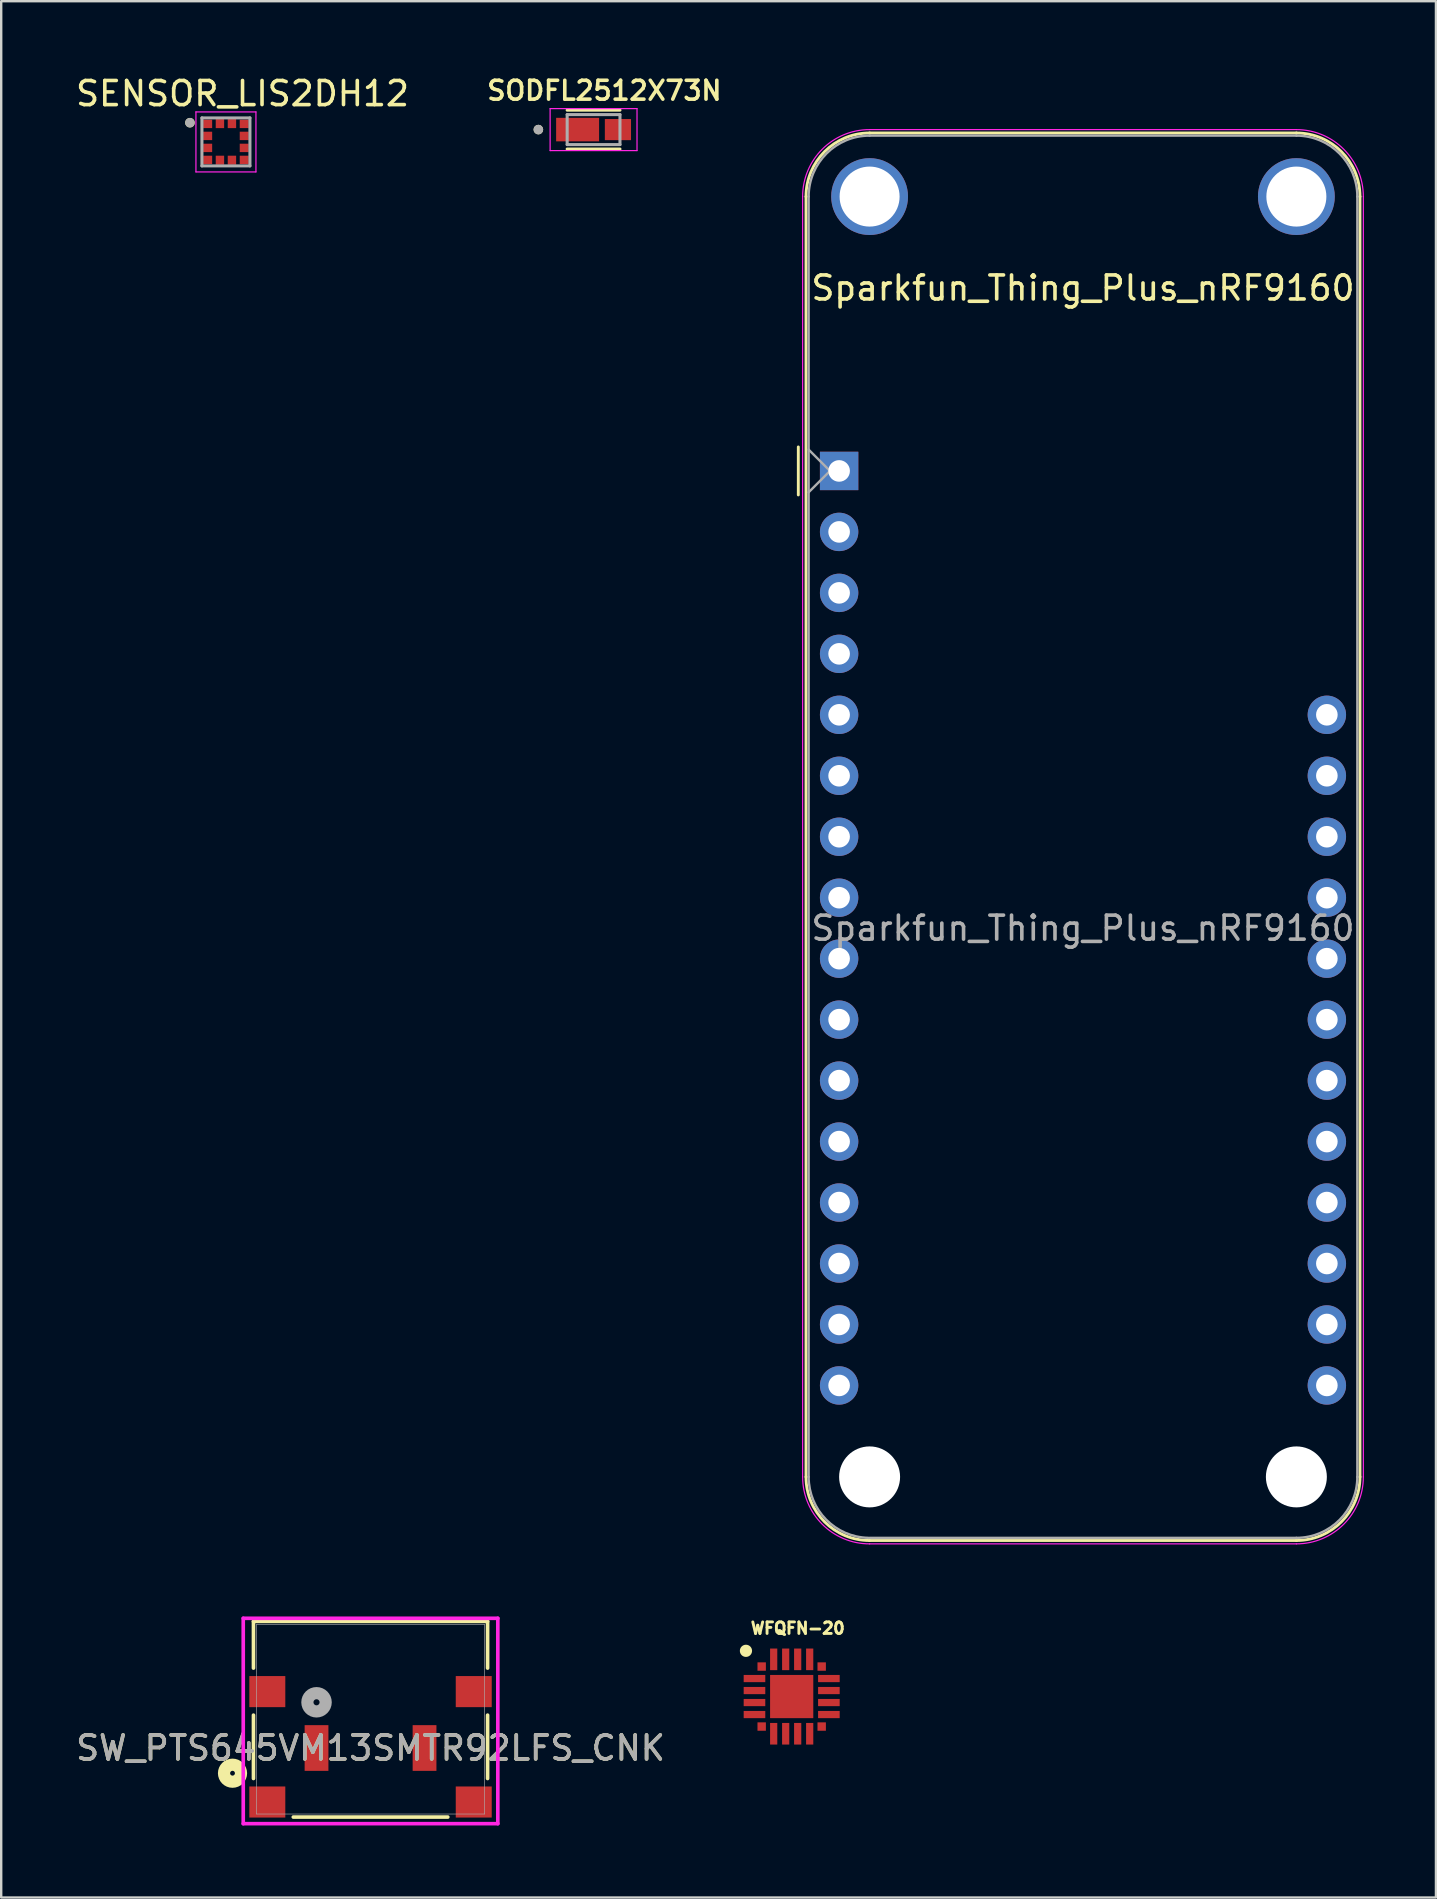
<source format=kicad_pcb>
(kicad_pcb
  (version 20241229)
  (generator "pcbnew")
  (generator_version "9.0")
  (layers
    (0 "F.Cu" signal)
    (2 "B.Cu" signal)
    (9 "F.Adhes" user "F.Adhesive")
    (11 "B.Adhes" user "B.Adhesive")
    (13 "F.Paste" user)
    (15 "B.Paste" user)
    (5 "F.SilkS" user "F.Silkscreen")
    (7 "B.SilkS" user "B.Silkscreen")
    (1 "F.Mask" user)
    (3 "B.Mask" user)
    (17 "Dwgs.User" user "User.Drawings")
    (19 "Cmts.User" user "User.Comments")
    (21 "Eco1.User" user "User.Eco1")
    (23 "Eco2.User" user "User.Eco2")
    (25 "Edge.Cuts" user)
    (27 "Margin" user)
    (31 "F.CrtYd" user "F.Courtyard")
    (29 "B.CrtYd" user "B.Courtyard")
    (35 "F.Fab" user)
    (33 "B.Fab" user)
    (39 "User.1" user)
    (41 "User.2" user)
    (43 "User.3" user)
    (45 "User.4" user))
  (footprint "SW_PTS645VM13SMTR92LFS_CNK"
    (layer "F.Cu")
    (at 12.387 68.575)
    (property "Reference" "SW_PTS645VM13SMTR92LFS_CNK" (at 0 1.2 0) (unlocked yes) (layer "F.SilkS") (effects (font (size 1 1) (thickness 0.15))))
    (attr smd)
    (fp_line (start -4.877 -4.077) (end -4.877 -2.13) (stroke (width 0.152) (type solid)) (layer "F.SilkS"))
    (fp_line (start -4.877 -0.169) (end -4.877 2.47) (stroke (width 0.152) (type solid)) (layer "F.SilkS"))
    (fp_line (start -3.218 4.077) (end 3.218 4.077) (stroke (width 0.152) (type solid)) (layer "F.SilkS"))
    (fp_line (start 4.877 -4.077) (end -4.877 -4.077) (stroke (width 0.152) (type solid)) (layer "F.SilkS"))
    (fp_line (start 4.877 -2.13) (end 4.877 -4.077) (stroke (width 0.152) (type solid)) (layer "F.SilkS"))
    (fp_line (start 4.877 2.47) (end 4.877 -0.169) (stroke (width 0.152) (type solid)) (layer "F.SilkS"))
    (fp_circle (center -5.75 2.25) (end -5.65 2.25) (stroke (width 0.508) (type solid)) (fill no) (layer "F.SilkS"))
    (fp_line (start -5.303 -4.204) (end -5.303 4.352) (stroke (width 0.152) (type solid)) (layer "F.CrtYd"))
    (fp_line (start -5.303 4.352) (end 5.303 4.352) (stroke (width 0.152) (type solid)) (layer "F.CrtYd"))
    (fp_line (start 5.303 -4.204) (end -5.303 -4.204) (stroke (width 0.152) (type solid)) (layer "F.CrtYd"))
    (fp_line (start 5.303 4.352) (end 5.303 -4.204) (stroke (width 0.152) (type solid)) (layer "F.CrtYd"))
    (fp_line (start -4.75 -3.95) (end -4.75 3.95) (stroke (width 0.025) (type solid)) (layer "F.Fab"))
    (fp_line (start -4.75 3.95) (end 4.75 3.95) (stroke (width 0.025) (type solid)) (layer "F.Fab"))
    (fp_line (start 4.75 -3.95) (end -4.75 -3.95) (stroke (width 0.025) (type solid)) (layer "F.Fab"))
    (fp_line (start 4.75 3.95) (end 4.75 -3.95) (stroke (width 0.025) (type solid)) (layer "F.Fab"))
    (fp_circle (center -2.25 -0.705) (end -1.869 -0.705) (stroke (width 0.508) (type solid)) (fill no) (layer "F.Fab"))
    (fp_text user "${REFERENCE}" (at 0 1.2 0) (unlocked yes) (layer "F.Fab") (effects (font (size 1 1) (thickness 0.15))))
    (pad "1" smd rect (at -2.25 1.2) (size 0.991 1.905) (layers "F.Cu" "F.Mask" "F.Paste"))
    (pad "2" smd rect (at 2.25 1.2) (size 0.991 1.905) (layers "F.Cu" "F.Mask" "F.Paste"))
    (pad "3" smd rect (at -4.3 -1.15) (size 1.499 1.295) (layers "F.Cu" "F.Mask" "F.Paste"))
    (pad "4" smd rect (at 4.3 -1.15) (size 1.499 1.295) (layers "F.Cu" "F.Mask" "F.Paste"))
    (pad "5" smd rect (at -4.3 3.45) (size 1.499 1.295) (layers "F.Cu" "F.Mask" "F.Paste"))
    (pad "6" smd rect (at 4.3 3.45) (size 1.499 1.295) (layers "F.Cu" "F.Mask" "F.Paste")))
  (footprint "SENSOR_LIS2DH12"
    (layer "F.Cu")
    (at 6.363 2.862)
    (property "Reference" "SENSOR_LIS2DH12" (at 0.691 -2.012 0) (layer "F.SilkS") (effects (font (size 1.004 1.004) (thickness 0.15))))
    (attr smd)
    (fp_circle (center -1.5 -0.8) (end -1.4 -0.8) (stroke (width 0.2) (type solid)) (fill no) (layer "F.SilkS"))
    (fp_line (start -1.25 -1.25) (end 1.25 -1.25) (stroke (width 0.05) (type solid)) (layer "F.CrtYd"))
    (fp_line (start -1.25 1.25) (end -1.25 -1.25) (stroke (width 0.05) (type solid)) (layer "F.CrtYd"))
    (fp_line (start 1.25 -1.25) (end 1.25 1.25) (stroke (width 0.05) (type solid)) (layer "F.CrtYd"))
    (fp_line (start 1.25 1.25) (end -1.25 1.25) (stroke (width 0.05) (type solid)) (layer "F.CrtYd"))
    (fp_line (start -1 -1) (end 1 -1) (stroke (width 0.127) (type solid)) (layer "F.Fab"))
    (fp_line (start -1 1) (end -1 -1) (stroke (width 0.127) (type solid)) (layer "F.Fab"))
    (fp_line (start 1 -1) (end 1 1) (stroke (width 0.127) (type solid)) (layer "F.Fab"))
    (fp_line (start 1 1) (end -1 1) (stroke (width 0.127) (type solid)) (layer "F.Fab"))
    (fp_circle (center -1.5 -0.8) (end -1.4 -0.8) (stroke (width 0.2) (type solid)) (fill no) (layer "F.Fab"))
    (pad "1" smd rect (at -0.762 -0.75) (size 0.375 0.35) (layers "F.Cu" "F.Mask" "F.Paste"))
    (pad "2" smd rect (at -0.762 -0.25) (size 0.375 0.35) (layers "F.Cu" "F.Mask" "F.Paste"))
    (pad "3" smd rect (at -0.762 0.25) (size 0.375 0.35) (layers "F.Cu" "F.Mask" "F.Paste"))
    (pad "4" smd rect (at -0.762 0.75) (size 0.375 0.35) (layers "F.Cu" "F.Mask" "F.Paste"))
    (pad "5" smd rect (at -0.25 0.762 90) (size 0.375 0.35) (layers "F.Cu" "F.Mask" "F.Paste"))
    (pad "6" smd rect (at 0.25 0.762 90) (size 0.375 0.35) (layers "F.Cu" "F.Mask" "F.Paste"))
    (pad "7" smd rect (at 0.762 0.75) (size 0.375 0.35) (layers "F.Cu" "F.Mask" "F.Paste"))
    (pad "8" smd rect (at 0.762 0.25) (size 0.375 0.35) (layers "F.Cu" "F.Mask" "F.Paste"))
    (pad "9" smd rect (at 0.762 -0.25) (size 0.375 0.35) (layers "F.Cu" "F.Mask" "F.Paste"))
    (pad "10" smd rect (at 0.762 -0.75) (size 0.375 0.35) (layers "F.Cu" "F.Mask" "F.Paste"))
    (pad "11" smd rect (at 0.25 -0.762 90) (size 0.375 0.35) (layers "F.Cu" "F.Mask" "F.Paste"))
    (pad "12" smd rect (at -0.25 -0.762 90) (size 0.375 0.35) (layers "F.Cu" "F.Mask" "F.Paste")))
  (footprint "SODFL2512X73N"
    (layer "F.Cu")
    (at 21.679 2.349)
    (property "Reference" "SODFL2512X73N" (at 0.45 -1.625 0) (layer "F.SilkS") (effects (font (size 0.787 0.787) (thickness 0.15))))
    (attr smd)
    (fp_line (start -1.1 -0.81) (end 1.1 -0.81) (stroke (width 0.127) (type solid)) (layer "F.SilkS"))
    (fp_line (start -1.1 0.81) (end 1.1 0.81) (stroke (width 0.127) (type solid)) (layer "F.SilkS"))
    (fp_circle (center -2.3 0) (end -2.2 0) (stroke (width 0.2) (type solid)) (fill no) (layer "F.SilkS"))
    (fp_line (start -1.81 -0.875) (end -1.81 0.875) (stroke (width 0.05) (type solid)) (layer "F.CrtYd"))
    (fp_line (start -1.81 0.875) (end 1.81 0.875) (stroke (width 0.05) (type solid)) (layer "F.CrtYd"))
    (fp_line (start 1.81 -0.875) (end -1.81 -0.875) (stroke (width 0.05) (type solid)) (layer "F.CrtYd"))
    (fp_line (start 1.81 0.875) (end 1.81 -0.875) (stroke (width 0.05) (type solid)) (layer "F.CrtYd"))
    (fp_line (start -1.1 -0.625) (end 1.1 -0.625) (stroke (width 0.127) (type solid)) (layer "F.Fab"))
    (fp_line (start -1.1 0.625) (end -1.1 -0.625) (stroke (width 0.127) (type solid)) (layer "F.Fab"))
    (fp_line (start 1.1 -0.625) (end 1.1 0.625) (stroke (width 0.127) (type solid)) (layer "F.Fab"))
    (fp_line (start 1.1 0.625) (end -1.1 0.625) (stroke (width 0.127) (type solid)) (layer "F.Fab"))
    (fp_circle (center -2.3 0) (end -2.2 0) (stroke (width 0.2) (type solid)) (fill no) (layer "F.Fab"))
    (pad "1" smd rect (at -0.665 0) (size 1.79 0.98) (layers "F.Cu" "F.Mask" "F.Paste"))
    (pad "2" smd rect (at 1.015 0) (size 1.09 0.88) (layers "F.Cu" "F.Mask" "F.Paste")))
  (footprint "Sparkfun_Thing_Plus_nRF9160"
    (layer "F.Cu")
    (at 31.909 16.57)
    (property "Reference" "Sparkfun_Thing_Plus_nRF9160" (at 10.16 -7.62 0) (layer "F.SilkS") (effects (font (size 1 1) (thickness 0.15))))
    (attr through_hole)
    (fp_line (start -1.7 1) (end -1.7 -1) (stroke (width 0.12) (type solid)) (layer "F.SilkS"))
    (fp_line (start -1.38 -11.43) (end -1.38 41.91) (stroke (width 0.12) (type solid)) (layer "F.SilkS"))
    (fp_line (start 19.05 -14.08) (end 1.27 -14.08) (stroke (width 0.12) (type solid)) (layer "F.SilkS"))
    (fp_line (start 19.05 44.56) (end 1.27 44.56) (stroke (width 0.12) (type solid)) (layer "F.SilkS"))
    (fp_line (start 21.7 -11.43) (end 21.7 41.91) (stroke (width 0.12) (type solid)) (layer "F.SilkS"))
    (fp_arc (start -1.38 -11.43) (mid -0.603833 -13.303833) (end 1.27 -14.08) (stroke (width 0.12) (type solid)) (layer "F.SilkS"))
    (fp_arc (start 1.27 44.56) (mid -0.603833 43.783833) (end -1.38 41.91) (stroke (width 0.12) (type solid)) (layer "F.SilkS"))
    (fp_arc (start 19.05 -14.08) (mid 20.923833 -13.303833) (end 21.7 -11.43) (stroke (width 0.12) (type solid)) (layer "F.SilkS"))
    (fp_arc (start 21.7 41.91) (mid 20.923833 43.783833) (end 19.05 44.56) (stroke (width 0.12) (type solid)) (layer "F.SilkS"))
    (fp_rect (start 5.08 -16.51) (end 15.24 -7.62) (stroke (width 0.12) (type solid)) (fill no) (layer "Eco1.User"))
    (fp_line (start -1.52 41.91) (end -1.52 -11.43) (stroke (width 0.05) (type solid)) (layer "F.CrtYd"))
    (fp_line (start 19.05 -14.22) (end 1.27 -14.22) (stroke (width 0.05) (type solid)) (layer "F.CrtYd"))
    (fp_line (start 19.05 44.7) (end 1.27 44.7) (stroke (width 0.05) (type solid)) (layer "F.CrtYd"))
    (fp_line (start 21.84 41.91) (end 21.84 -11.43) (stroke (width 0.05) (type solid)) (layer "F.CrtYd"))
    (fp_arc (start -1.52 -11.43) (mid -0.702828 -13.402828) (end 1.27 -14.22) (stroke (width 0.05) (type solid)) (layer "F.CrtYd"))
    (fp_arc (start 1.27 44.7) (mid -0.702828 43.882828) (end -1.52 41.91) (stroke (width 0.05) (type solid)) (layer "F.CrtYd"))
    (fp_arc (start 19.05 -14.22) (mid 21.022828 -13.402828) (end 21.84 -11.43) (stroke (width 0.05) (type solid)) (layer "F.CrtYd"))
    (fp_arc (start 21.84 41.91) (mid 21.022828 43.882828) (end 19.05 44.7) (stroke (width 0.05) (type solid)) (layer "F.CrtYd"))
    (fp_line (start -1.27 -11.43) (end -1.27 41.91) (stroke (width 0.1) (type solid)) (layer "F.Fab"))
    (fp_line (start -1.27 -0.889) (end -0.381 0) (stroke (width 0.1) (type solid)) (layer "F.Fab"))
    (fp_line (start -0.381 0) (end -1.27 0.889) (stroke (width 0.1) (type solid)) (layer "F.Fab"))
    (fp_line (start 1.27 44.45) (end 19.05 44.45) (stroke (width 0.1) (type solid)) (layer "F.Fab"))
    (fp_line (start 19.05 -13.97) (end 1.27 -13.97) (stroke (width 0.1) (type solid)) (layer "F.Fab"))
    (fp_line (start 21.59 41.91) (end 21.59 -11.43) (stroke (width 0.1) (type solid)) (layer "F.Fab"))
    (fp_arc (start -1.27 -11.43) (mid -0.526051 -13.226051) (end 1.27 -13.97) (stroke (width 0.1) (type solid)) (layer "F.Fab"))
    (fp_arc (start 1.221238 44.449532) (mid -0.543209 43.688728) (end -1.27 41.91) (stroke (width 0.1) (type solid)) (layer "F.Fab"))
    (fp_arc (start 19.05 -13.97) (mid 20.846051 -13.226051) (end 21.59 -11.43) (stroke (width 0.1) (type solid)) (layer "F.Fab"))
    (fp_arc (start 21.59 41.91) (mid 20.846051 43.706051) (end 19.05 44.45) (stroke (width 0.1) (type solid)) (layer "F.Fab"))
    (fp_text user "${REFERENCE}" (at 10.16 19.05 180) (layer "F.Fab") (effects (font (size 1 1) (thickness 0.15))))
    (pad "" np_thru_hole circle (at 1.27 -11.43 270) (size 3.2 3.2) (drill 2.5) (layers "*.Cu" "*.Mask"))
    (pad "" np_thru_hole circle (at 1.27 41.91 270) (size 2.54 2.54) (drill 2.54) (layers "*.Cu" "*.Mask"))
    (pad "" np_thru_hole circle (at 19.05 -11.43 270) (size 3.2 3.2) (drill 2.5) (layers "*.Cu" "*.Mask"))
    (pad "" np_thru_hole circle (at 19.05 41.91 270) (size 2.54 2.54) (drill 2.54) (layers "*.Cu" "*.Mask"))
    (pad "1" thru_hole rect (at 0 0 180) (size 1.6 1.6) (drill 0.9) (layers "*.Cu" "*.Mask"))
    (pad "2" thru_hole circle (at 0 2.54 180) (size 1.6 1.6) (drill 0.9) (layers "*.Cu" "*.Mask"))
    (pad "3" thru_hole circle (at 0 5.08 180) (size 1.6 1.6) (drill 0.9) (layers "*.Cu" "*.Mask"))
    (pad "4" thru_hole circle (at 0 7.62 180) (size 1.6 1.6) (drill 0.9) (layers "*.Cu" "*.Mask"))
    (pad "5" thru_hole circle (at 0 10.16 180) (size 1.6 1.6) (drill 0.9) (layers "*.Cu" "*.Mask"))
    (pad "6" thru_hole circle (at 0 12.7 180) (size 1.6 1.6) (drill 0.9) (layers "*.Cu" "*.Mask"))
    (pad "7" thru_hole circle (at 0 15.24 180) (size 1.6 1.6) (drill 0.9) (layers "*.Cu" "*.Mask"))
    (pad "8" thru_hole circle (at 0 17.78 180) (size 1.6 1.6) (drill 0.9) (layers "*.Cu" "*.Mask"))
    (pad "9" thru_hole circle (at 0 20.32 180) (size 1.6 1.6) (drill 0.9) (layers "*.Cu" "*.Mask"))
    (pad "10" thru_hole circle (at 0 22.86 180) (size 1.6 1.6) (drill 0.9) (layers "*.Cu" "*.Mask"))
    (pad "11" thru_hole circle (at 0 25.4 180) (size 1.6 1.6) (drill 0.9) (layers "*.Cu" "*.Mask"))
    (pad "12" thru_hole circle (at 0 27.94 180) (size 1.6 1.6) (drill 0.9) (layers "*.Cu" "*.Mask"))
    (pad "13" thru_hole circle (at 0 30.48 180) (size 1.6 1.6) (drill 0.9) (layers "*.Cu" "*.Mask"))
    (pad "14" thru_hole circle (at 0 33.02 180) (size 1.6 1.6) (drill 0.9) (layers "*.Cu" "*.Mask"))
    (pad "15" thru_hole circle (at 0 35.56 180) (size 1.6 1.6) (drill 0.9) (layers "*.Cu" "*.Mask"))
    (pad "16" thru_hole circle (at 0 38.1 180) (size 1.6 1.6) (drill 0.9) (layers "*.Cu" "*.Mask"))
    (pad "17" thru_hole circle (at 20.32 38.1 180) (size 1.6 1.6) (drill 0.9) (layers "*.Cu" "*.Mask"))
    (pad "18" thru_hole circle (at 20.32 35.56 180) (size 1.6 1.6) (drill 0.9) (layers "*.Cu" "*.Mask"))
    (pad "19" thru_hole circle (at 20.32 33.02 180) (size 1.6 1.6) (drill 0.9) (layers "*.Cu" "*.Mask"))
    (pad "20" thru_hole circle (at 20.32 30.48 180) (size 1.6 1.6) (drill 0.9) (layers "*.Cu" "*.Mask"))
    (pad "21" thru_hole circle (at 20.32 27.94 180) (size 1.6 1.6) (drill 0.9) (layers "*.Cu" "*.Mask"))
    (pad "22" thru_hole circle (at 20.32 25.4 180) (size 1.6 1.6) (drill 0.9) (layers "*.Cu" "*.Mask"))
    (pad "23" thru_hole circle (at 20.32 22.86 180) (size 1.6 1.6) (drill 0.9) (layers "*.Cu" "*.Mask"))
    (pad "24" thru_hole circle (at 20.32 20.32 180) (size 1.6 1.6) (drill 0.9) (layers "*.Cu" "*.Mask"))
    (pad "25" thru_hole circle (at 20.32 17.78 180) (size 1.6 1.6) (drill 0.9) (layers "*.Cu" "*.Mask"))
    (pad "26" thru_hole circle (at 20.32 15.24 180) (size 1.6 1.6) (drill 0.9) (layers "*.Cu" "*.Mask"))
    (pad "27" thru_hole circle (at 20.32 12.7 180) (size 1.6 1.6) (drill 0.9) (layers "*.Cu" "*.Mask"))
    (pad "28" thru_hole circle (at 20.32 10.16 180) (size 1.6 1.6) (drill 0.9) (layers "*.Cu" "*.Mask")))
  (footprint "WFQFN-20"
    (layer "F.Cu")
    (at 29.933 67.631)
    (property "Reference" "WFQFN-20" (at 0.254 -2.845 0) (layer "F.SilkS") (effects (font (size 0.48 0.48) (thickness 0.15))))
    (attr smd)
    (fp_circle (center -1.905 -1.905) (end -1.651 -1.905) (stroke (width 0) (type solid)) (fill yes) (layer "F.SilkS"))
    (pad "1" smd rect (at -1.25 -1.25) (size 0.35 0.35) (layers "F.Cu" "F.Mask" "F.Paste"))
    (pad "2" smd rect (at -1.55 -0.75 90) (size 0.3 0.9) (layers "F.Cu" "F.Mask" "F.Paste"))
    (pad "3" smd rect (at -1.55 -0.25 90) (size 0.3 0.9) (layers "F.Cu" "F.Mask" "F.Paste"))
    (pad "4" smd rect (at -1.55 0.25 90) (size 0.3 0.9) (layers "F.Cu" "F.Mask" "F.Paste"))
    (pad "5" smd rect (at -1.55 0.75 90) (size 0.3 0.9) (layers "F.Cu" "F.Mask" "F.Paste"))
    (pad "6" smd rect (at -1.25 1.25) (size 0.35 0.35) (layers "F.Cu" "F.Mask" "F.Paste"))
    (pad "7" smd rect (at -0.75 1.55 180) (size 0.3 0.9) (layers "F.Cu" "F.Mask" "F.Paste"))
    (pad "8" smd rect (at -0.25 1.55 180) (size 0.3 0.9) (layers "F.Cu" "F.Mask" "F.Paste"))
    (pad "9" smd rect (at 0.25 1.55 180) (size 0.3 0.9) (layers "F.Cu" "F.Mask" "F.Paste"))
    (pad "10" smd rect (at 0.75 1.55 180) (size 0.3 0.9) (layers "F.Cu" "F.Mask" "F.Paste"))
    (pad "11" smd rect (at 1.25 1.25) (size 0.35 0.35) (layers "F.Cu" "F.Mask" "F.Paste"))
    (pad "12" smd rect (at 1.55 0.75 270) (size 0.3 0.9) (layers "F.Cu" "F.Mask" "F.Paste"))
    (pad "13" smd rect (at 1.55 0.25 270) (size 0.3 0.9) (layers "F.Cu" "F.Mask" "F.Paste"))
    (pad "14" smd rect (at 1.55 -0.25 270) (size 0.3 0.9) (layers "F.Cu" "F.Mask" "F.Paste"))
    (pad "15" smd rect (at 1.55 -0.75 270) (size 0.3 0.9) (layers "F.Cu" "F.Mask" "F.Paste"))
    (pad "16" smd rect (at 1.25 -1.25) (size 0.35 0.35) (layers "F.Cu" "F.Mask" "F.Paste"))
    (pad "17" smd rect (at 0.75 -1.55) (size 0.3 0.9) (layers "F.Cu" "F.Mask" "F.Paste"))
    (pad "18" smd rect (at 0.25 -1.55) (size 0.3 0.9) (layers "F.Cu" "F.Mask" "F.Paste"))
    (pad "19" smd rect (at -0.25 -1.55) (size 0.3 0.9) (layers "F.Cu" "F.Mask" "F.Paste"))
    (pad "20" smd rect (at -0.75 -1.55) (size 0.3 0.9) (layers "F.Cu" "F.Mask" "F.Paste"))
    (pad "EXP" smd rect (at 0 0) (size 1.8 1.8) (layers "F.Cu" "F.Mask" "F.Paste")))
  (gr_rect
    (start -3 -3)
    (end 56.774 76.003)
    (stroke (width 0.1) (type default))
    (fill no)
    (layer "Edge.Cuts")))
</source>
